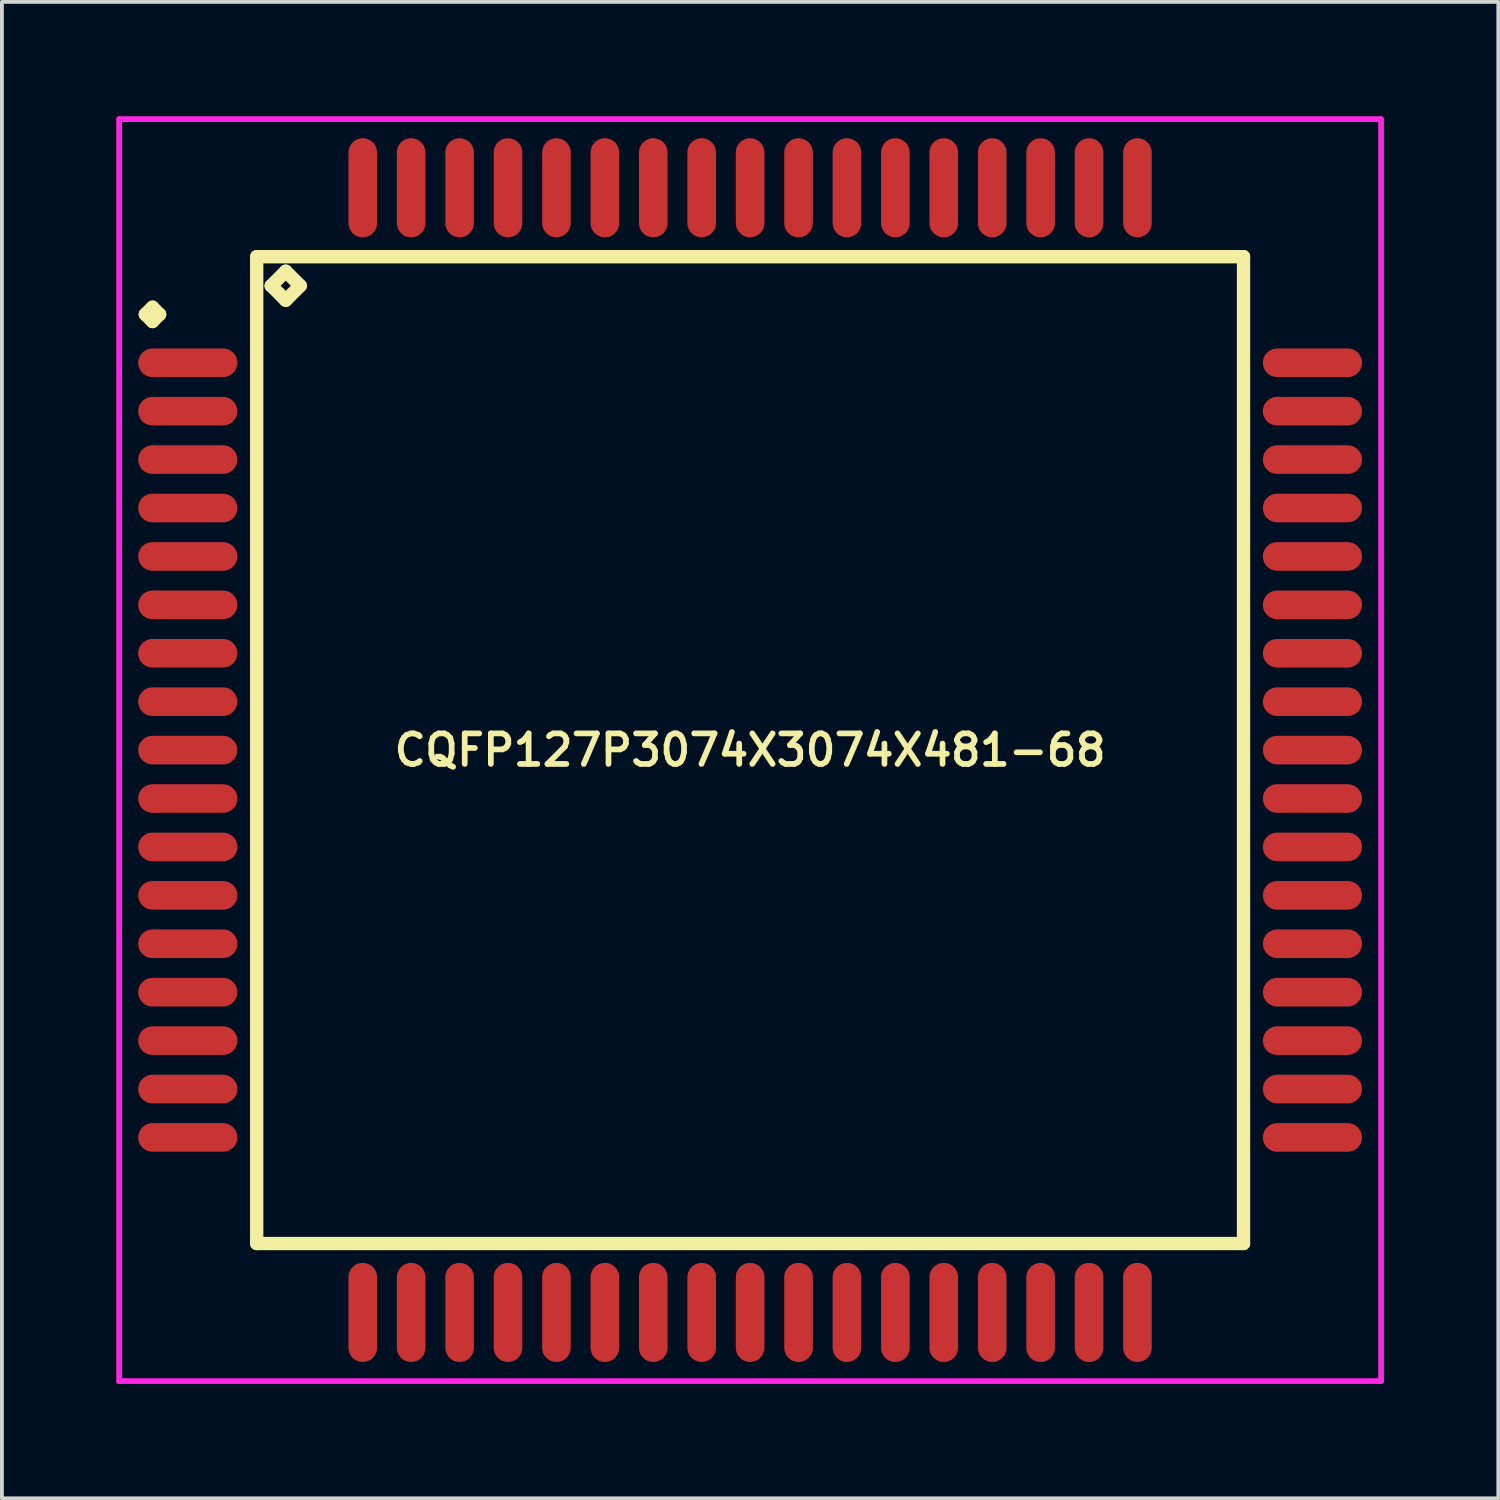
<source format=kicad_pcb>
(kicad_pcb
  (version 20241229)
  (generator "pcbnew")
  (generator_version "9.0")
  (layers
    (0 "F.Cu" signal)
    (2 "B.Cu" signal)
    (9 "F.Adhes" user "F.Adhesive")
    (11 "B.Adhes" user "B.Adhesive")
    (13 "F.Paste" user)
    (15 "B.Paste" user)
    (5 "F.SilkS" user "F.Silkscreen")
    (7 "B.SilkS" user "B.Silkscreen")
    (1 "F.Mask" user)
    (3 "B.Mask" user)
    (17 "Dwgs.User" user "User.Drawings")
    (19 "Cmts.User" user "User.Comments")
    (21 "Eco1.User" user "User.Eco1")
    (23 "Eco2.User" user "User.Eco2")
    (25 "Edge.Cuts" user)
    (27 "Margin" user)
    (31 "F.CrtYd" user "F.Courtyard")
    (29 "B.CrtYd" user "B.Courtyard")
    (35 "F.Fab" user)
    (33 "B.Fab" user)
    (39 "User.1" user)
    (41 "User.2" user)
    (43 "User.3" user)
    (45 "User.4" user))
  (footprint "CQFP127P3074X3074X481-68"
    (layer "F.Cu")
    (at 16.625 16.625)
    (property "Reference" "CQFP127P3074X3074X481-68" (at 0 0 0) (layer "F.SilkS") (effects (font (size 0.8 0.8) (thickness 0.15))))
    (attr smd)
    (fp_line (start -15.863 -11.43) (end -15.675 -11.617) (stroke (width 0.35) (type solid)) (layer "F.SilkS"))
    (fp_line (start -15.675 -11.617) (end -15.488 -11.43) (stroke (width 0.35) (type solid)) (layer "F.SilkS"))
    (fp_line (start -15.675 -11.242) (end -15.863 -11.43) (stroke (width 0.35) (type solid)) (layer "F.SilkS"))
    (fp_line (start -15.488 -11.43) (end -15.675 -11.242) (stroke (width 0.35) (type solid)) (layer "F.SilkS"))
    (fp_line (start -12.942 -12.942) (end -12.942 12.942) (stroke (width 0.35) (type solid)) (layer "F.SilkS"))
    (fp_line (start -12.942 12.942) (end 12.942 12.942) (stroke (width 0.35) (type solid)) (layer "F.SilkS"))
    (fp_line (start -12.561 -12.18) (end -12.18 -12.561) (stroke (width 0.35) (type solid)) (layer "F.SilkS"))
    (fp_line (start -12.18 -12.561) (end -11.799 -12.18) (stroke (width 0.35) (type solid)) (layer "F.SilkS"))
    (fp_line (start -12.18 -11.799) (end -12.561 -12.18) (stroke (width 0.35) (type solid)) (layer "F.SilkS"))
    (fp_line (start -11.799 -12.18) (end -12.18 -11.799) (stroke (width 0.35) (type solid)) (layer "F.SilkS"))
    (fp_line (start 12.942 -12.942) (end -12.942 -12.942) (stroke (width 0.35) (type solid)) (layer "F.SilkS"))
    (fp_line (start 12.942 12.942) (end 12.942 -12.942) (stroke (width 0.35) (type solid)) (layer "F.SilkS"))
    (fp_line (start -16.55 -16.55) (end 16.55 -16.55) (stroke (width 0.15) (type solid)) (layer "F.CrtYd"))
    (fp_line (start -16.55 16.55) (end -16.55 -16.55) (stroke (width 0.15) (type solid)) (layer "F.CrtYd"))
    (fp_line (start 16.55 -16.55) (end 16.55 16.55) (stroke (width 0.15) (type solid)) (layer "F.CrtYd"))
    (fp_line (start 16.55 16.55) (end -16.55 16.55) (stroke (width 0.15) (type solid)) (layer "F.CrtYd"))
    (pad "1" smd oval (at -14.75 -10.16) (size 2.6 0.75) (layers "F.Cu" "F.Mask" "F.Paste"))
    (pad "2" smd oval (at -14.75 -8.89) (size 2.6 0.75) (layers "F.Cu" "F.Mask" "F.Paste"))
    (pad "3" smd oval (at -14.75 -7.62) (size 2.6 0.75) (layers "F.Cu" "F.Mask" "F.Paste"))
    (pad "4" smd oval (at -14.75 -6.35) (size 2.6 0.75) (layers "F.Cu" "F.Mask" "F.Paste"))
    (pad "5" smd oval (at -14.75 -5.08) (size 2.6 0.75) (layers "F.Cu" "F.Mask" "F.Paste"))
    (pad "6" smd oval (at -14.75 -3.81) (size 2.6 0.75) (layers "F.Cu" "F.Mask" "F.Paste"))
    (pad "7" smd oval (at -14.75 -2.54) (size 2.6 0.75) (layers "F.Cu" "F.Mask" "F.Paste"))
    (pad "8" smd oval (at -14.75 -1.27) (size 2.6 0.75) (layers "F.Cu" "F.Mask" "F.Paste"))
    (pad "9" smd oval (at -14.75 0) (size 2.6 0.75) (layers "F.Cu" "F.Mask" "F.Paste"))
    (pad "10" smd oval (at -14.75 1.27) (size 2.6 0.75) (layers "F.Cu" "F.Mask" "F.Paste"))
    (pad "11" smd oval (at -14.75 2.54) (size 2.6 0.75) (layers "F.Cu" "F.Mask" "F.Paste"))
    (pad "12" smd oval (at -14.75 3.81) (size 2.6 0.75) (layers "F.Cu" "F.Mask" "F.Paste"))
    (pad "13" smd oval (at -14.75 5.08) (size 2.6 0.75) (layers "F.Cu" "F.Mask" "F.Paste"))
    (pad "14" smd oval (at -14.75 6.35) (size 2.6 0.75) (layers "F.Cu" "F.Mask" "F.Paste"))
    (pad "15" smd oval (at -14.75 7.62) (size 2.6 0.75) (layers "F.Cu" "F.Mask" "F.Paste"))
    (pad "16" smd oval (at -14.75 8.89) (size 2.6 0.75) (layers "F.Cu" "F.Mask" "F.Paste"))
    (pad "17" smd oval (at -14.75 10.16) (size 2.6 0.75) (layers "F.Cu" "F.Mask" "F.Paste"))
    (pad "18" smd oval (at -10.16 14.75) (size 0.75 2.6) (layers "F.Cu" "F.Mask" "F.Paste"))
    (pad "19" smd oval (at -8.89 14.75) (size 0.75 2.6) (layers "F.Cu" "F.Mask" "F.Paste"))
    (pad "20" smd oval (at -7.62 14.75) (size 0.75 2.6) (layers "F.Cu" "F.Mask" "F.Paste"))
    (pad "21" smd oval (at -6.35 14.75) (size 0.75 2.6) (layers "F.Cu" "F.Mask" "F.Paste"))
    (pad "22" smd oval (at -5.08 14.75) (size 0.75 2.6) (layers "F.Cu" "F.Mask" "F.Paste"))
    (pad "23" smd oval (at -3.81 14.75) (size 0.75 2.6) (layers "F.Cu" "F.Mask" "F.Paste"))
    (pad "24" smd oval (at -2.54 14.75) (size 0.75 2.6) (layers "F.Cu" "F.Mask" "F.Paste"))
    (pad "25" smd oval (at -1.27 14.75) (size 0.75 2.6) (layers "F.Cu" "F.Mask" "F.Paste"))
    (pad "26" smd oval (at 0 14.75) (size 0.75 2.6) (layers "F.Cu" "F.Mask" "F.Paste"))
    (pad "27" smd oval (at 1.27 14.75) (size 0.75 2.6) (layers "F.Cu" "F.Mask" "F.Paste"))
    (pad "28" smd oval (at 2.54 14.75) (size 0.75 2.6) (layers "F.Cu" "F.Mask" "F.Paste"))
    (pad "29" smd oval (at 3.81 14.75) (size 0.75 2.6) (layers "F.Cu" "F.Mask" "F.Paste"))
    (pad "30" smd oval (at 5.08 14.75) (size 0.75 2.6) (layers "F.Cu" "F.Mask" "F.Paste"))
    (pad "31" smd oval (at 6.35 14.75) (size 0.75 2.6) (layers "F.Cu" "F.Mask" "F.Paste"))
    (pad "32" smd oval (at 7.62 14.75) (size 0.75 2.6) (layers "F.Cu" "F.Mask" "F.Paste"))
    (pad "33" smd oval (at 8.89 14.75) (size 0.75 2.6) (layers "F.Cu" "F.Mask" "F.Paste"))
    (pad "34" smd oval (at 10.16 14.75) (size 0.75 2.6) (layers "F.Cu" "F.Mask" "F.Paste"))
    (pad "35" smd oval (at 14.75 10.16) (size 2.6 0.75) (layers "F.Cu" "F.Mask" "F.Paste"))
    (pad "36" smd oval (at 14.75 8.89) (size 2.6 0.75) (layers "F.Cu" "F.Mask" "F.Paste"))
    (pad "37" smd oval (at 14.75 7.62) (size 2.6 0.75) (layers "F.Cu" "F.Mask" "F.Paste"))
    (pad "38" smd oval (at 14.75 6.35) (size 2.6 0.75) (layers "F.Cu" "F.Mask" "F.Paste"))
    (pad "39" smd oval (at 14.75 5.08) (size 2.6 0.75) (layers "F.Cu" "F.Mask" "F.Paste"))
    (pad "40" smd oval (at 14.75 3.81) (size 2.6 0.75) (layers "F.Cu" "F.Mask" "F.Paste"))
    (pad "41" smd oval (at 14.75 2.54) (size 2.6 0.75) (layers "F.Cu" "F.Mask" "F.Paste"))
    (pad "42" smd oval (at 14.75 1.27) (size 2.6 0.75) (layers "F.Cu" "F.Mask" "F.Paste"))
    (pad "43" smd oval (at 14.75 0) (size 2.6 0.75) (layers "F.Cu" "F.Mask" "F.Paste"))
    (pad "44" smd oval (at 14.75 -1.27) (size 2.6 0.75) (layers "F.Cu" "F.Mask" "F.Paste"))
    (pad "45" smd oval (at 14.75 -2.54) (size 2.6 0.75) (layers "F.Cu" "F.Mask" "F.Paste"))
    (pad "46" smd oval (at 14.75 -3.81) (size 2.6 0.75) (layers "F.Cu" "F.Mask" "F.Paste"))
    (pad "47" smd oval (at 14.75 -5.08) (size 2.6 0.75) (layers "F.Cu" "F.Mask" "F.Paste"))
    (pad "48" smd oval (at 14.75 -6.35) (size 2.6 0.75) (layers "F.Cu" "F.Mask" "F.Paste"))
    (pad "49" smd oval (at 14.75 -7.62) (size 2.6 0.75) (layers "F.Cu" "F.Mask" "F.Paste"))
    (pad "50" smd oval (at 14.75 -8.89) (size 2.6 0.75) (layers "F.Cu" "F.Mask" "F.Paste"))
    (pad "51" smd oval (at 14.75 -10.16) (size 2.6 0.75) (layers "F.Cu" "F.Mask" "F.Paste"))
    (pad "52" smd oval (at 10.16 -14.75) (size 0.75 2.6) (layers "F.Cu" "F.Mask" "F.Paste"))
    (pad "53" smd oval (at 8.89 -14.75) (size 0.75 2.6) (layers "F.Cu" "F.Mask" "F.Paste"))
    (pad "54" smd oval (at 7.62 -14.75) (size 0.75 2.6) (layers "F.Cu" "F.Mask" "F.Paste"))
    (pad "55" smd oval (at 6.35 -14.75) (size 0.75 2.6) (layers "F.Cu" "F.Mask" "F.Paste"))
    (pad "56" smd oval (at 5.08 -14.75) (size 0.75 2.6) (layers "F.Cu" "F.Mask" "F.Paste"))
    (pad "57" smd oval (at 3.81 -14.75) (size 0.75 2.6) (layers "F.Cu" "F.Mask" "F.Paste"))
    (pad "58" smd oval (at 2.54 -14.75) (size 0.75 2.6) (layers "F.Cu" "F.Mask" "F.Paste"))
    (pad "59" smd oval (at 1.27 -14.75) (size 0.75 2.6) (layers "F.Cu" "F.Mask" "F.Paste"))
    (pad "60" smd oval (at 0 -14.75) (size 0.75 2.6) (layers "F.Cu" "F.Mask" "F.Paste"))
    (pad "61" smd oval (at -1.27 -14.75) (size 0.75 2.6) (layers "F.Cu" "F.Mask" "F.Paste"))
    (pad "62" smd oval (at -2.54 -14.75) (size 0.75 2.6) (layers "F.Cu" "F.Mask" "F.Paste"))
    (pad "63" smd oval (at -3.81 -14.75) (size 0.75 2.6) (layers "F.Cu" "F.Mask" "F.Paste"))
    (pad "64" smd oval (at -5.08 -14.75) (size 0.75 2.6) (layers "F.Cu" "F.Mask" "F.Paste"))
    (pad "65" smd oval (at -6.35 -14.75) (size 0.75 2.6) (layers "F.Cu" "F.Mask" "F.Paste"))
    (pad "66" smd oval (at -7.62 -14.75) (size 0.75 2.6) (layers "F.Cu" "F.Mask" "F.Paste"))
    (pad "67" smd oval (at -8.89 -14.75) (size 0.75 2.6) (layers "F.Cu" "F.Mask" "F.Paste"))
    (pad "68" smd oval (at -10.16 -14.75) (size 0.75 2.6) (layers "F.Cu" "F.Mask" "F.Paste")))
  (gr_rect
    (start -3 -3)
    (end 36.25 36.25)
    (stroke (width 0.1) (type default))
    (fill no)
    (layer "Edge.Cuts")))
</source>
